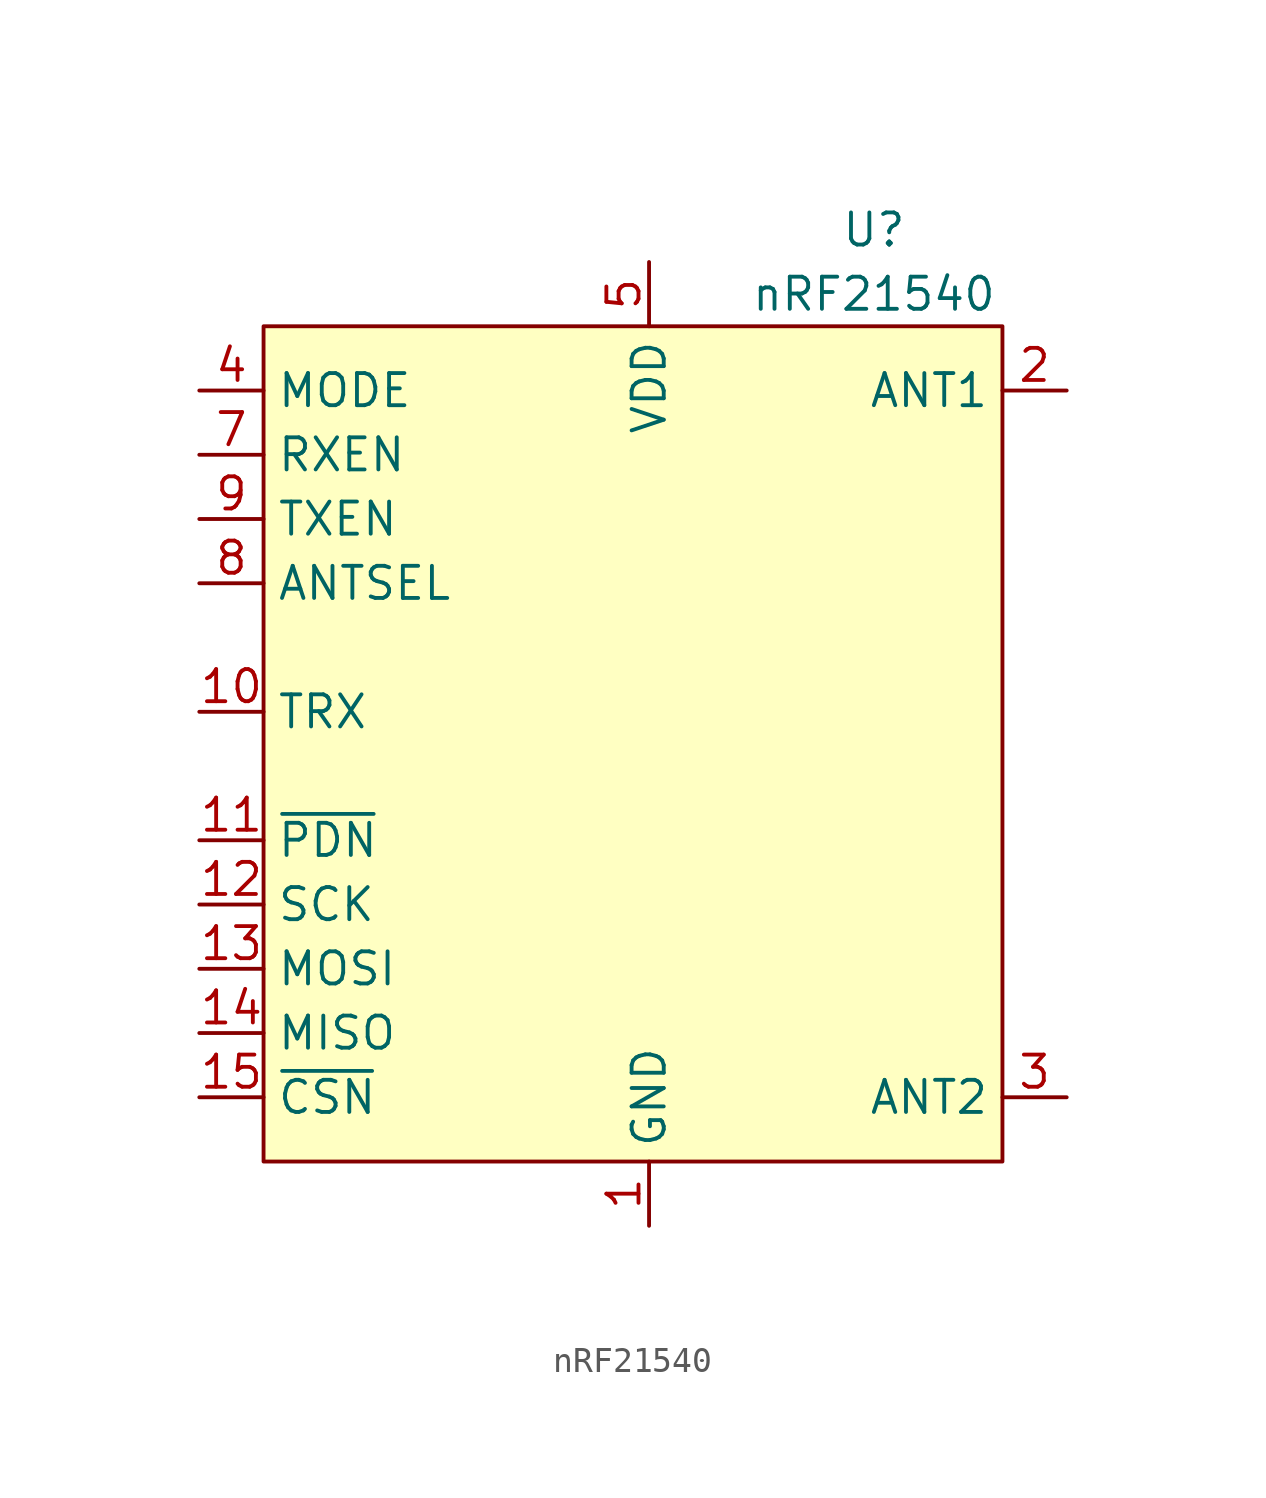
<source format=kicad_sym>
(kicad_symbol_lib
  (version 20211014)
  (generator kicad_symbol_editor)
  (symbol "nRF21540"
    (property "Reference" "U"
      (at 8.89 12.7 0)
      (effects (font (size 1.27 1.27))))
    (property "Value" "nRF21540"
      (at 8.89 10.16 0)
      (effects (font (size 1.27 1.27))))
    (symbol "nRF21540_0_1"
      (rectangle (start -15.24 8.89) (end 13.97 -24.13) (stroke (width 0) (type default) (color 0 0 0 0)) (fill (type background))))
    (symbol "nRF21540_1_1"
      (pin power_in line (at 0 -26.67 90) (length 2.54) (name "GND" (effects (font (size 1.27 1.27)))) (number "1" (effects (font (size 1.27 1.27)))))
      (pin bidirectional line (at -17.78 -6.35 0) (length 2.54) (name "TRX" (effects (font (size 1.27 1.27)))) (number "10" (effects (font (size 1.27 1.27)))))
      (pin input line (at -17.78 -11.43 0) (length 2.54) (name "~{PDN}" (effects (font (size 1.27 1.27)))) (number "11" (effects (font (size 1.27 1.27)))))
      (pin input line (at -17.78 -13.97 0) (length 2.54) (name "SCK" (effects (font (size 1.27 1.27)))) (number "12" (effects (font (size 1.27 1.27)))))
      (pin input line (at -17.78 -16.51 0) (length 2.54) (name "MOSI" (effects (font (size 1.27 1.27)))) (number "13" (effects (font (size 1.27 1.27)))))
      (pin input line (at -17.78 -19.05 0) (length 2.54) (name "MISO" (effects (font (size 1.27 1.27)))) (number "14" (effects (font (size 1.27 1.27)))))
      (pin input line (at -17.78 -21.59 0) (length 2.54) (name "~{CSN}" (effects (font (size 1.27 1.27)))) (number "15" (effects (font (size 1.27 1.27)))))
      (pin passive line (at 0 -26.67 90) (length 2.54) hide (name "GND" (effects (font (size 1.27 1.27)))) (number "16" (effects (font (size 1.27 1.27)))))
      (pin passive line (at 0 -26.67 90) (length 2.54) hide (name "GND" (effects (font (size 1.27 1.27)))) (number "17" (effects (font (size 1.27 1.27)))))
      (pin bidirectional line (at 16.51 6.35 180) (length 2.54) (name "ANT1" (effects (font (size 1.27 1.27)))) (number "2" (effects (font (size 1.27 1.27)))))
      (pin bidirectional line (at 16.51 -21.59 180) (length 2.54) (name "ANT2" (effects (font (size 1.27 1.27)))) (number "3" (effects (font (size 1.27 1.27)))))
      (pin bidirectional line (at -17.78 6.35 0) (length 2.54) (name "MODE" (effects (font (size 1.27 1.27)))) (number "4" (effects (font (size 1.27 1.27)))))
      (pin power_in line (at 0 11.43 270) (length 2.54) (name "VDD" (effects (font (size 1.27 1.27)))) (number "5" (effects (font (size 1.27 1.27)))))
      (pin passive line (at 0 11.43 270) (length 2.54) hide (name "VDD" (effects (font (size 1.27 1.27)))) (number "6" (effects (font (size 1.27 1.27)))))
      (pin input line (at -17.78 3.81 0) (length 2.54) (name "RXEN" (effects (font (size 1.27 1.27)))) (number "7" (effects (font (size 1.27 1.27)))))
      (pin input line (at -17.78 -1.27 0) (length 2.54) (name "ANTSEL" (effects (font (size 1.27 1.27)))) (number "8" (effects (font (size 1.27 1.27)))))
      (pin input line (at -17.78 1.27 0) (length 2.54) (name "TXEN" (effects (font (size 1.27 1.27)))) (number "9" (effects (font (size 1.27 1.27))))))))
</source>
